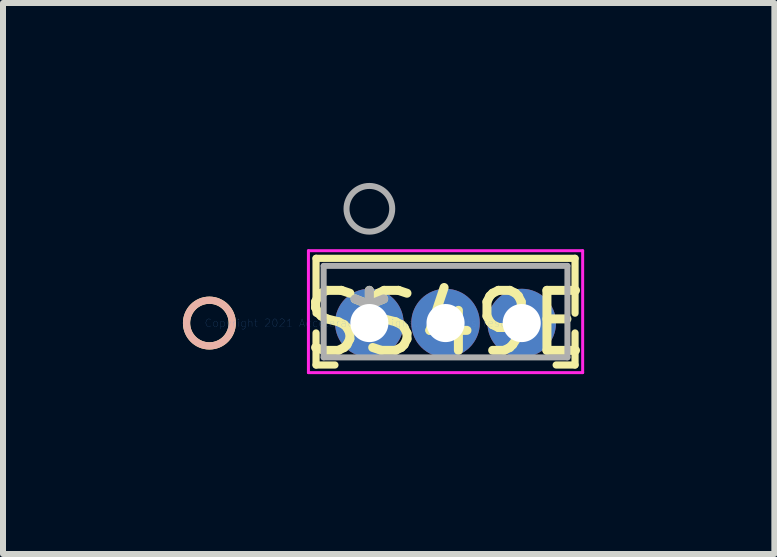
<source format=kicad_pcb>
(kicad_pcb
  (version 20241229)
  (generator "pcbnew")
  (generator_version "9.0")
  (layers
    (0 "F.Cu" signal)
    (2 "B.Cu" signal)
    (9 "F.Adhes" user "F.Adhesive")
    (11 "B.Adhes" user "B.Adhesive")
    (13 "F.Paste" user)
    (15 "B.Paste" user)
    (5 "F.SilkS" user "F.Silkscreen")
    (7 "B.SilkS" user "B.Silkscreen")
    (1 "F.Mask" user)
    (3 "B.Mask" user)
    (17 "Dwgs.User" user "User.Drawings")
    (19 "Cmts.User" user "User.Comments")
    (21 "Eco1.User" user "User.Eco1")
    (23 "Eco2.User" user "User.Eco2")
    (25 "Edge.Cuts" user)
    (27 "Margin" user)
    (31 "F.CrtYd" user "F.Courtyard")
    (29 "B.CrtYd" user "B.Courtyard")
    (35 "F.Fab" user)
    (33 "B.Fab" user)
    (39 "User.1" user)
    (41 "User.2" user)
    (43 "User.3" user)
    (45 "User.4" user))
  (footprint "SS49E"
    (layer "F.Cu")
    (at 3.108 2.336)
    (property "Reference" "SS49E" (at 1.27 0 0) (layer "F.SilkS") (effects (font (size 1 1) (thickness 0.15))))
    (attr through_hole)
    (fp_line (start -0.889 -1.079) (end -0.889 -0.165) (stroke (width 0.12) (type solid)) (layer "F.SilkS"))
    (fp_line (start -0.889 0.165) (end -0.889 0.699) (stroke (width 0.12) (type solid)) (layer "F.SilkS"))
    (fp_line (start -0.889 0.699) (end -0.574 0.699) (stroke (width 0.12) (type solid)) (layer "F.SilkS"))
    (fp_line (start 3.114 0.699) (end 3.429 0.699) (stroke (width 0.12) (type solid)) (layer "F.SilkS"))
    (fp_line (start 3.429 -1.079) (end -0.889 -1.079) (stroke (width 0.12) (type solid)) (layer "F.SilkS"))
    (fp_line (start 3.429 -0.165) (end 3.429 -1.079) (stroke (width 0.12) (type solid)) (layer "F.SilkS"))
    (fp_line (start 3.429 0.699) (end 3.429 0.165) (stroke (width 0.12) (type solid)) (layer "F.SilkS"))
    (fp_circle (center -2.667 0) (end -2.286 0) (stroke (width 0.12) (type solid)) (fill no) (layer "F.SilkS"))
    (fp_circle (center -2.667 0) (end -2.286 0) (stroke (width 0.12) (type solid)) (fill no) (layer "B.SilkS"))
    (fp_line (start -1.016 -1.206) (end -1.016 0.826) (stroke (width 0.05) (type solid)) (layer "F.CrtYd"))
    (fp_line (start -1.016 0.826) (end 3.556 0.826) (stroke (width 0.05) (type solid)) (layer "F.CrtYd"))
    (fp_line (start 3.556 -1.206) (end -1.016 -1.206) (stroke (width 0.05) (type solid)) (layer "F.CrtYd"))
    (fp_line (start 3.556 0.826) (end 3.556 -1.206) (stroke (width 0.05) (type solid)) (layer "F.CrtYd"))
    (fp_line (start -0.762 -0.953) (end -0.762 0.572) (stroke (width 0.1) (type solid)) (layer "F.Fab"))
    (fp_line (start -0.762 0.572) (end 3.302 0.572) (stroke (width 0.1) (type solid)) (layer "F.Fab"))
    (fp_line (start 3.302 -0.953) (end -0.762 -0.953) (stroke (width 0.1) (type solid)) (layer "F.Fab"))
    (fp_line (start 3.302 0.572) (end 3.302 -0.953) (stroke (width 0.1) (type solid)) (layer "F.Fab"))
    (fp_circle (center 0 -1.905) (end 0.381 -1.905) (stroke (width 0.1) (type solid)) (fill no) (layer "F.Fab"))
    (fp_text user "*" (at 0 0 0) (layer "F.SilkS") (effects (font (size 1 1) (thickness 0.15))))
    (fp_text user "Copyright 2021 Accelerated Designs. All rights reserved." (at 0 0 0) (layer "Cmts.User") (effects (font (size 0.127 0.127) (thickness 0.002))))
    (fp_text user "*" (at 0 0 0) (layer "F.Fab") (effects (font (size 1 1) (thickness 0.15))))
    (pad "1" thru_hole circle (at 0 0) (size 1.143 1.143) (drill 0.635) (layers "*.Cu" "*.Mask"))
    (pad "2" thru_hole circle (at 1.27 0) (size 1.143 1.143) (drill 0.635) (layers "*.Cu" "*.Mask"))
    (pad "3" thru_hole circle (at 2.54 0) (size 1.143 1.143) (drill 0.635) (layers "*.Cu" "*.Mask")))
  (gr_rect
    (start -3 -3)
    (end 9.86 6.186)
    (stroke (width 0.1) (type default))
    (fill no)
    (layer "Edge.Cuts")))
</source>
